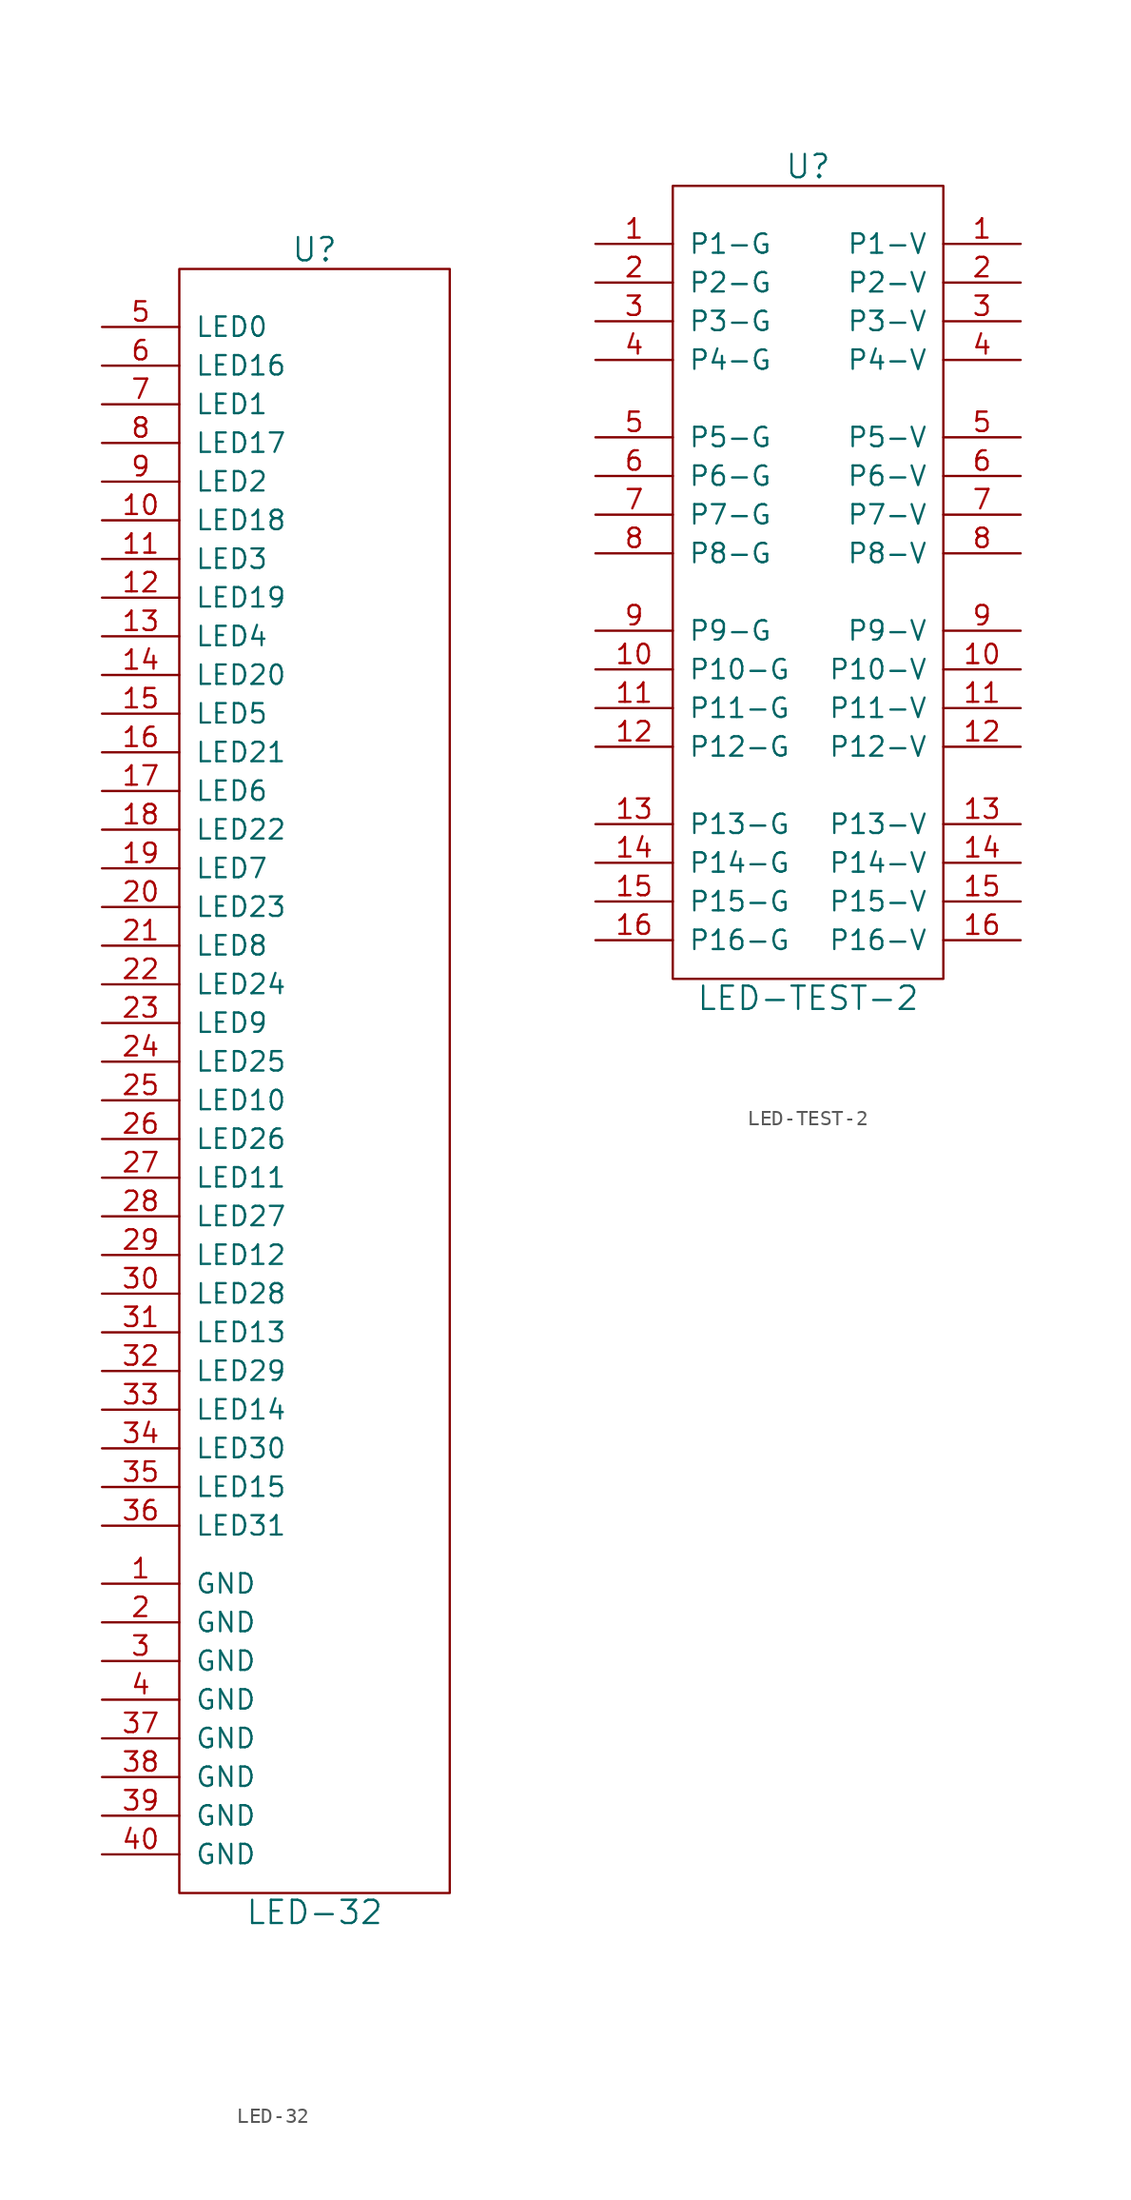
<source format=kicad_sym>
(kicad_symbol_lib
  (version 20220914)
  (generator kicad_symbol_editor)
  (symbol "LED-32"
    (pin_names
      (offset 1.016))
    (property "Reference" "U"
      (at 0 55.88 0)
      (effects (font (size 1.524 1.524))))
    (property "Value" "LED-32"
      (at 0 -53.34 0)
      (effects (font (size 1.524 1.524))))
    (property "Footprint" ""
      (at 0 -2.54 0)
      (effects (font (size 1.524 1.524))))
    (property "Datasheet" ""
      (at 0 -2.54 0)
      (effects (font (size 1.524 1.524))))
    (symbol "LED-32_0_1"
      (rectangle (start -8.89 54.61) (end 8.89 -52.07) (stroke (width 0) (type default)) (fill (type none))))
    (symbol "LED-32_1_1"
      (pin input line (at -13.97 -31.75 0) (length 5.08) (name "GND" (effects (font (size 1.27 1.27)))) (number "1" (effects (font (size 1.27 1.27)))))
      (pin input line (at -13.97 38.1 0) (length 5.08) (name "LED18" (effects (font (size 1.27 1.27)))) (number "10" (effects (font (size 1.27 1.27)))))
      (pin input line (at -13.97 35.56 0) (length 5.08) (name "LED3" (effects (font (size 1.27 1.27)))) (number "11" (effects (font (size 1.27 1.27)))))
      (pin input line (at -13.97 33.02 0) (length 5.08) (name "LED19" (effects (font (size 1.27 1.27)))) (number "12" (effects (font (size 1.27 1.27)))))
      (pin input line (at -13.97 30.48 0) (length 5.08) (name "LED4" (effects (font (size 1.27 1.27)))) (number "13" (effects (font (size 1.27 1.27)))))
      (pin input line (at -13.97 27.94 0) (length 5.08) (name "LED20" (effects (font (size 1.27 1.27)))) (number "14" (effects (font (size 1.27 1.27)))))
      (pin input line (at -13.97 25.4 0) (length 5.08) (name "LED5" (effects (font (size 1.27 1.27)))) (number "15" (effects (font (size 1.27 1.27)))))
      (pin input line (at -13.97 22.86 0) (length 5.08) (name "LED21" (effects (font (size 1.27 1.27)))) (number "16" (effects (font (size 1.27 1.27)))))
      (pin input line (at -13.97 20.32 0) (length 5.08) (name "LED6" (effects (font (size 1.27 1.27)))) (number "17" (effects (font (size 1.27 1.27)))))
      (pin input line (at -13.97 17.78 0) (length 5.08) (name "LED22" (effects (font (size 1.27 1.27)))) (number "18" (effects (font (size 1.27 1.27)))))
      (pin input line (at -13.97 15.24 0) (length 5.08) (name "LED7" (effects (font (size 1.27 1.27)))) (number "19" (effects (font (size 1.27 1.27)))))
      (pin input line (at -13.97 -34.29 0) (length 5.08) (name "GND" (effects (font (size 1.27 1.27)))) (number "2" (effects (font (size 1.27 1.27)))))
      (pin input line (at -13.97 12.7 0) (length 5.08) (name "LED23" (effects (font (size 1.27 1.27)))) (number "20" (effects (font (size 1.27 1.27)))))
      (pin input line (at -13.97 10.16 0) (length 5.08) (name "LED8" (effects (font (size 1.27 1.27)))) (number "21" (effects (font (size 1.27 1.27)))))
      (pin input line (at -13.97 7.62 0) (length 5.08) (name "LED24" (effects (font (size 1.27 1.27)))) (number "22" (effects (font (size 1.27 1.27)))))
      (pin input line (at -13.97 5.08 0) (length 5.08) (name "LED9" (effects (font (size 1.27 1.27)))) (number "23" (effects (font (size 1.27 1.27)))))
      (pin input line (at -13.97 2.54 0) (length 5.08) (name "LED25" (effects (font (size 1.27 1.27)))) (number "24" (effects (font (size 1.27 1.27)))))
      (pin input line (at -13.97 0 0) (length 5.08) (name "LED10" (effects (font (size 1.27 1.27)))) (number "25" (effects (font (size 1.27 1.27)))))
      (pin input line (at -13.97 -2.54 0) (length 5.08) (name "LED26" (effects (font (size 1.27 1.27)))) (number "26" (effects (font (size 1.27 1.27)))))
      (pin input line (at -13.97 -5.08 0) (length 5.08) (name "LED11" (effects (font (size 1.27 1.27)))) (number "27" (effects (font (size 1.27 1.27)))))
      (pin input line (at -13.97 -7.62 0) (length 5.08) (name "LED27" (effects (font (size 1.27 1.27)))) (number "28" (effects (font (size 1.27 1.27)))))
      (pin input line (at -13.97 -10.16 0) (length 5.08) (name "LED12" (effects (font (size 1.27 1.27)))) (number "29" (effects (font (size 1.27 1.27)))))
      (pin input line (at -13.97 -36.83 0) (length 5.08) (name "GND" (effects (font (size 1.27 1.27)))) (number "3" (effects (font (size 1.27 1.27)))))
      (pin input line (at -13.97 -12.7 0) (length 5.08) (name "LED28" (effects (font (size 1.27 1.27)))) (number "30" (effects (font (size 1.27 1.27)))))
      (pin input line (at -13.97 -15.24 0) (length 5.08) (name "LED13" (effects (font (size 1.27 1.27)))) (number "31" (effects (font (size 1.27 1.27)))))
      (pin input line (at -13.97 -17.78 0) (length 5.08) (name "LED29" (effects (font (size 1.27 1.27)))) (number "32" (effects (font (size 1.27 1.27)))))
      (pin input line (at -13.97 -20.32 0) (length 5.08) (name "LED14" (effects (font (size 1.27 1.27)))) (number "33" (effects (font (size 1.27 1.27)))))
      (pin input line (at -13.97 -22.86 0) (length 5.08) (name "LED30" (effects (font (size 1.27 1.27)))) (number "34" (effects (font (size 1.27 1.27)))))
      (pin input line (at -13.97 -25.4 0) (length 5.08) (name "LED15" (effects (font (size 1.27 1.27)))) (number "35" (effects (font (size 1.27 1.27)))))
      (pin input line (at -13.97 -27.94 0) (length 5.08) (name "LED31" (effects (font (size 1.27 1.27)))) (number "36" (effects (font (size 1.27 1.27)))))
      (pin input line (at -13.97 -41.91 0) (length 5.08) (name "GND" (effects (font (size 1.27 1.27)))) (number "37" (effects (font (size 1.27 1.27)))))
      (pin input line (at -13.97 -44.45 0) (length 5.08) (name "GND" (effects (font (size 1.27 1.27)))) (number "38" (effects (font (size 1.27 1.27)))))
      (pin input line (at -13.97 -46.99 0) (length 5.08) (name "GND" (effects (font (size 1.27 1.27)))) (number "39" (effects (font (size 1.27 1.27)))))
      (pin input line (at -13.97 -39.37 0) (length 5.08) (name "GND" (effects (font (size 1.27 1.27)))) (number "4" (effects (font (size 1.27 1.27)))))
      (pin input line (at -13.97 -49.53 0) (length 5.08) (name "GND" (effects (font (size 1.27 1.27)))) (number "40" (effects (font (size 1.27 1.27)))))
      (pin input line (at -13.97 50.8 0) (length 5.08) (name "LED0" (effects (font (size 1.27 1.27)))) (number "5" (effects (font (size 1.27 1.27)))))
      (pin input line (at -13.97 48.26 0) (length 5.08) (name "LED16" (effects (font (size 1.27 1.27)))) (number "6" (effects (font (size 1.27 1.27)))))
      (pin input line (at -13.97 45.72 0) (length 5.08) (name "LED1" (effects (font (size 1.27 1.27)))) (number "7" (effects (font (size 1.27 1.27)))))
      (pin input line (at -13.97 43.18 0) (length 5.08) (name "LED17" (effects (font (size 1.27 1.27)))) (number "8" (effects (font (size 1.27 1.27)))))
      (pin input line (at -13.97 40.64 0) (length 5.08) (name "LED2" (effects (font (size 1.27 1.27)))) (number "9" (effects (font (size 1.27 1.27)))))))
  (symbol "LED-TEST-2"
    (pin_names
      (offset 1.016))
    (property "Reference" "U"
      (at 0 27.94 0)
      (effects (font (size 1.524 1.524))))
    (property "Value" "LED-TEST-2"
      (at 0 -26.67 0)
      (effects (font (size 1.524 1.524))))
    (property "Footprint" ""
      (at 0 -2.54 0)
      (effects (font (size 1.524 1.524))))
    (property "Datasheet" ""
      (at 0 -2.54 0)
      (effects (font (size 1.524 1.524))))
    (symbol "LED-TEST-2_0_1"
      (rectangle (start -8.89 26.67) (end 8.89 -25.4) (stroke (width 0) (type default)) (fill (type none))))
    (symbol "LED-TEST-2_1_1"
      (pin input line (at -13.97 22.86 0) (length 5.08) (name "P1-G" (effects (font (size 1.27 1.27)))) (number "1" (effects (font (size 1.27 1.27)))))
      (pin input line (at 13.97 22.86 180) (length 5.08) (name "P1-V" (effects (font (size 1.27 1.27)))) (number "1" (effects (font (size 1.27 1.27)))))
      (pin input line (at -13.97 -5.08 0) (length 5.08) (name "P10-G" (effects (font (size 1.27 1.27)))) (number "10" (effects (font (size 1.27 1.27)))))
      (pin input line (at 13.97 -5.08 180) (length 5.08) (name "P10-V" (effects (font (size 1.27 1.27)))) (number "10" (effects (font (size 1.27 1.27)))))
      (pin input line (at -13.97 -7.62 0) (length 5.08) (name "P11-G" (effects (font (size 1.27 1.27)))) (number "11" (effects (font (size 1.27 1.27)))))
      (pin input line (at 13.97 -7.62 180) (length 5.08) (name "P11-V" (effects (font (size 1.27 1.27)))) (number "11" (effects (font (size 1.27 1.27)))))
      (pin input line (at -13.97 -10.16 0) (length 5.08) (name "P12-G" (effects (font (size 1.27 1.27)))) (number "12" (effects (font (size 1.27 1.27)))))
      (pin input line (at 13.97 -10.16 180) (length 5.08) (name "P12-V" (effects (font (size 1.27 1.27)))) (number "12" (effects (font (size 1.27 1.27)))))
      (pin input line (at -13.97 -15.24 0) (length 5.08) (name "P13-G" (effects (font (size 1.27 1.27)))) (number "13" (effects (font (size 1.27 1.27)))))
      (pin input line (at 13.97 -15.24 180) (length 5.08) (name "P13-V" (effects (font (size 1.27 1.27)))) (number "13" (effects (font (size 1.27 1.27)))))
      (pin input line (at -13.97 -17.78 0) (length 5.08) (name "P14-G" (effects (font (size 1.27 1.27)))) (number "14" (effects (font (size 1.27 1.27)))))
      (pin input line (at 13.97 -17.78 180) (length 5.08) (name "P14-V" (effects (font (size 1.27 1.27)))) (number "14" (effects (font (size 1.27 1.27)))))
      (pin input line (at -13.97 -20.32 0) (length 5.08) (name "P15-G" (effects (font (size 1.27 1.27)))) (number "15" (effects (font (size 1.27 1.27)))))
      (pin input line (at 13.97 -20.32 180) (length 5.08) (name "P15-V" (effects (font (size 1.27 1.27)))) (number "15" (effects (font (size 1.27 1.27)))))
      (pin input line (at -13.97 -22.86 0) (length 5.08) (name "P16-G" (effects (font (size 1.27 1.27)))) (number "16" (effects (font (size 1.27 1.27)))))
      (pin input line (at 13.97 -22.86 180) (length 5.08) (name "P16-V" (effects (font (size 1.27 1.27)))) (number "16" (effects (font (size 1.27 1.27)))))
      (pin input line (at -13.97 20.32 0) (length 5.08) (name "P2-G" (effects (font (size 1.27 1.27)))) (number "2" (effects (font (size 1.27 1.27)))))
      (pin input line (at 13.97 20.32 180) (length 5.08) (name "P2-V" (effects (font (size 1.27 1.27)))) (number "2" (effects (font (size 1.27 1.27)))))
      (pin input line (at -13.97 17.78 0) (length 5.08) (name "P3-G" (effects (font (size 1.27 1.27)))) (number "3" (effects (font (size 1.27 1.27)))))
      (pin input line (at 13.97 17.78 180) (length 5.08) (name "P3-V" (effects (font (size 1.27 1.27)))) (number "3" (effects (font (size 1.27 1.27)))))
      (pin input line (at -13.97 15.24 0) (length 5.08) (name "P4-G" (effects (font (size 1.27 1.27)))) (number "4" (effects (font (size 1.27 1.27)))))
      (pin input line (at 13.97 15.24 180) (length 5.08) (name "P4-V" (effects (font (size 1.27 1.27)))) (number "4" (effects (font (size 1.27 1.27)))))
      (pin input line (at -13.97 10.16 0) (length 5.08) (name "P5-G" (effects (font (size 1.27 1.27)))) (number "5" (effects (font (size 1.27 1.27)))))
      (pin input line (at 13.97 10.16 180) (length 5.08) (name "P5-V" (effects (font (size 1.27 1.27)))) (number "5" (effects (font (size 1.27 1.27)))))
      (pin input line (at -13.97 7.62 0) (length 5.08) (name "P6-G" (effects (font (size 1.27 1.27)))) (number "6" (effects (font (size 1.27 1.27)))))
      (pin input line (at 13.97 7.62 180) (length 5.08) (name "P6-V" (effects (font (size 1.27 1.27)))) (number "6" (effects (font (size 1.27 1.27)))))
      (pin input line (at -13.97 5.08 0) (length 5.08) (name "P7-G" (effects (font (size 1.27 1.27)))) (number "7" (effects (font (size 1.27 1.27)))))
      (pin input line (at 13.97 5.08 180) (length 5.08) (name "P7-V" (effects (font (size 1.27 1.27)))) (number "7" (effects (font (size 1.27 1.27)))))
      (pin input line (at -13.97 2.54 0) (length 5.08) (name "P8-G" (effects (font (size 1.27 1.27)))) (number "8" (effects (font (size 1.27 1.27)))))
      (pin input line (at 13.97 2.54 180) (length 5.08) (name "P8-V" (effects (font (size 1.27 1.27)))) (number "8" (effects (font (size 1.27 1.27)))))
      (pin input line (at -13.97 -2.54 0) (length 5.08) (name "P9-G" (effects (font (size 1.27 1.27)))) (number "9" (effects (font (size 1.27 1.27)))))
      (pin input line (at 13.97 -2.54 180) (length 5.08) (name "P9-V" (effects (font (size 1.27 1.27)))) (number "9" (effects (font (size 1.27 1.27))))))))
</source>
